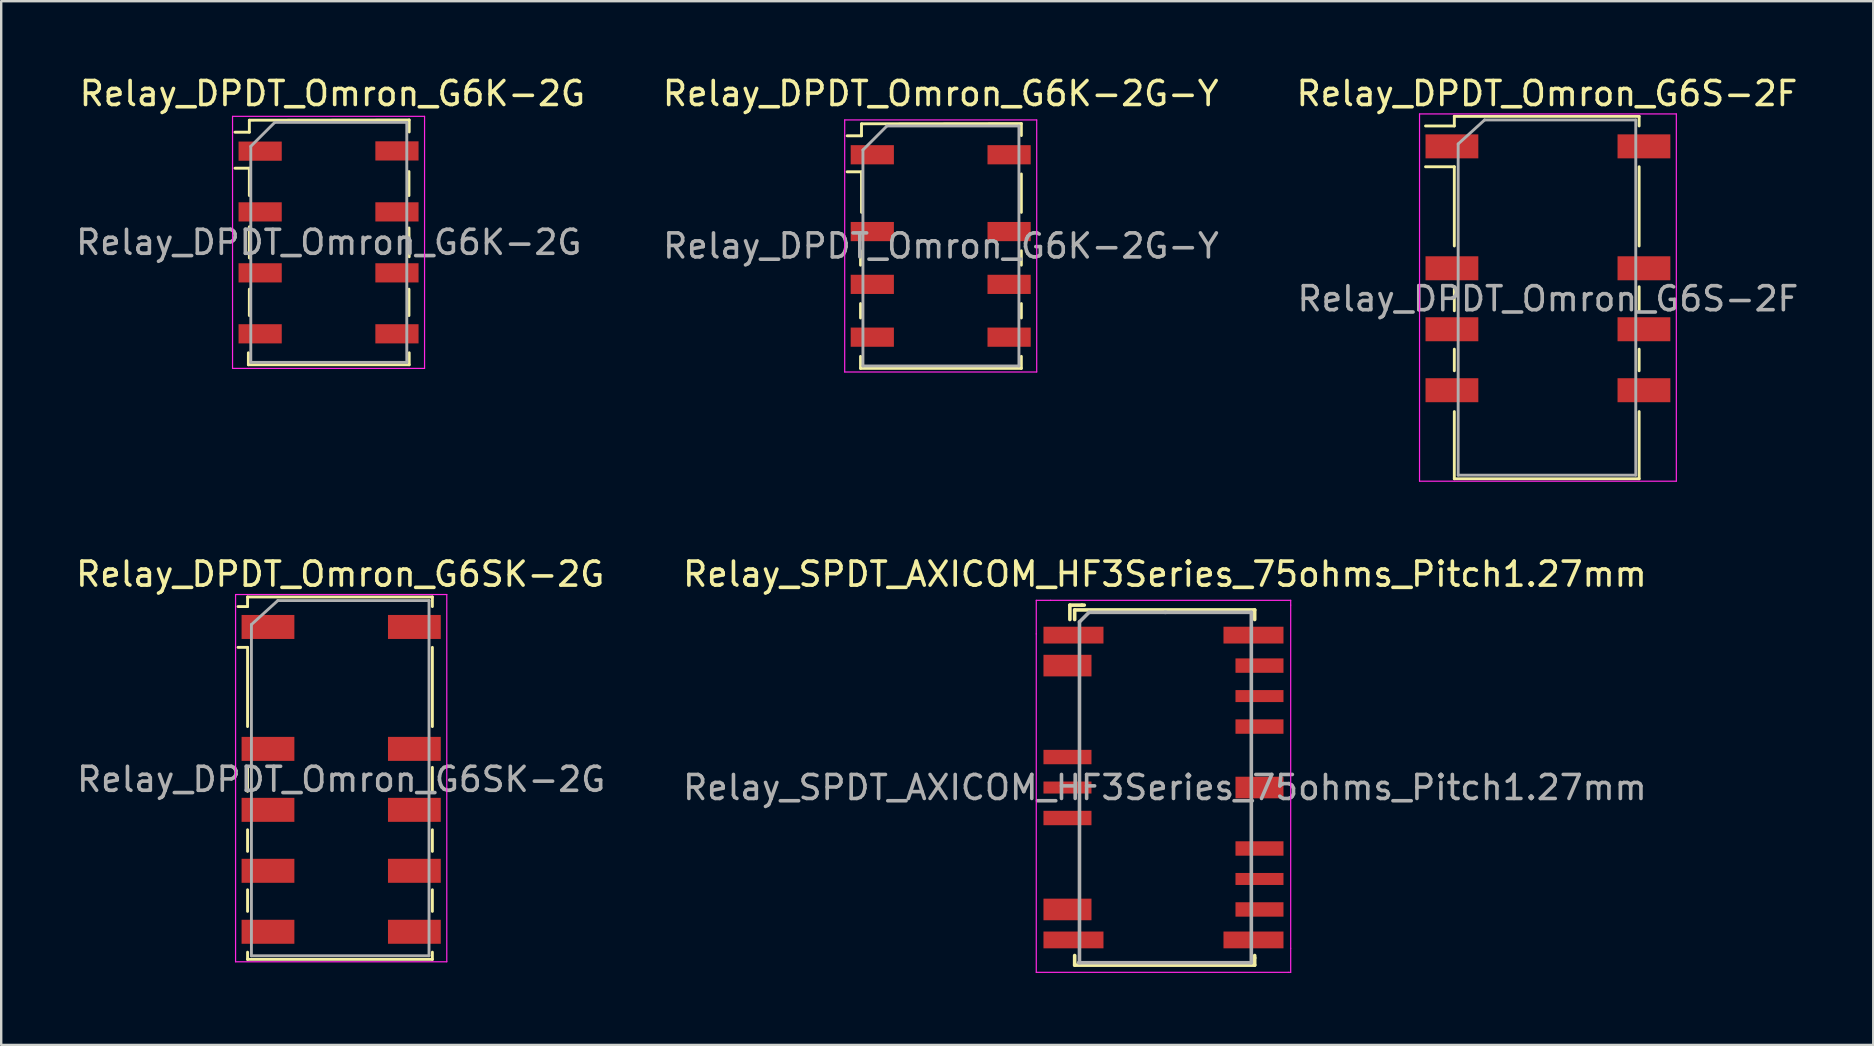
<source format=kicad_pcb>
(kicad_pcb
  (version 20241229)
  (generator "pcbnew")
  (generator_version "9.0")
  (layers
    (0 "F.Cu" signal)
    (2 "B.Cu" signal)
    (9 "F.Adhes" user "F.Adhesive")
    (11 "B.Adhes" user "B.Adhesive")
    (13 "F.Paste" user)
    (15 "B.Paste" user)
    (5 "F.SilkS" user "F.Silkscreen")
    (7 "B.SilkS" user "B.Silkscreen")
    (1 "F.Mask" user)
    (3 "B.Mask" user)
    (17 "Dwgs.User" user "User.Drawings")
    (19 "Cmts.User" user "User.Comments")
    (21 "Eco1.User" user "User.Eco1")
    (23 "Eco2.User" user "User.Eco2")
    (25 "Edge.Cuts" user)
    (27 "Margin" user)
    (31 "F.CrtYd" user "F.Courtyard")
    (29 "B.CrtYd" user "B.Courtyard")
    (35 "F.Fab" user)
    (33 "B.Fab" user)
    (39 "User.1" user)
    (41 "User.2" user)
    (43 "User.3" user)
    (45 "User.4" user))
  (footprint "Relay_DPDT_Omron_G6SK-2G"
    (layer "F.Cu")
    (at 11.165 29.422)
    (property "Reference" "Relay_DPDT_Omron_G6SK-2G" (at -0.04 -8.55 0) (layer "F.SilkS") (effects (font (size 1 1) (thickness 0.15))))
    (attr smd)
    (fp_line (start -4.3 -7.2) (end -3.9 -7.2) (stroke (width 0.12) (type solid)) (layer "F.SilkS"))
    (fp_line (start -3.9 -7.6) (end 3.8 -7.6) (stroke (width 0.12) (type solid)) (layer "F.SilkS"))
    (fp_line (start -3.9 -7.2) (end -3.9 -7.6) (stroke (width 0.12) (type solid)) (layer "F.SilkS"))
    (fp_line (start -3.9 -5.5) (end -4.3 -5.5) (stroke (width 0.12) (type solid)) (layer "F.SilkS"))
    (fp_line (start -3.9 -5.5) (end -3.9 -2.2) (stroke (width 0.12) (type solid)) (layer "F.SilkS"))
    (fp_line (start -3.9 -0.5) (end -3.9 0.5) (stroke (width 0.12) (type solid)) (layer "F.SilkS"))
    (fp_line (start -3.9 2.1) (end -3.9 3) (stroke (width 0.12) (type solid)) (layer "F.SilkS"))
    (fp_line (start -3.9 5.5) (end -3.9 4.6) (stroke (width 0.12) (type solid)) (layer "F.SilkS"))
    (fp_line (start -3.9 7.2) (end -3.9 7.5) (stroke (width 0.12) (type solid)) (layer "F.SilkS"))
    (fp_line (start -3.9 7.5) (end 3.8 7.5) (stroke (width 0.12) (type solid)) (layer "F.SilkS"))
    (fp_line (start 3.8 -7.6) (end 3.8 -7.2) (stroke (width 0.12) (type solid)) (layer "F.SilkS"))
    (fp_line (start 3.8 -5.5) (end 3.8 -2.2) (stroke (width 0.12) (type solid)) (layer "F.SilkS"))
    (fp_line (start 3.8 0.5) (end 3.8 -0.5) (stroke (width 0.12) (type solid)) (layer "F.SilkS"))
    (fp_line (start 3.8 3) (end 3.8 2.1) (stroke (width 0.12) (type solid)) (layer "F.SilkS"))
    (fp_line (start 3.8 4.6) (end 3.8 5.5) (stroke (width 0.12) (type solid)) (layer "F.SilkS"))
    (fp_line (start 3.8 7.5) (end 3.8 7.2) (stroke (width 0.12) (type solid)) (layer "F.SilkS"))
    (fp_line (start -4.4 -7.7) (end -4.4 7.6) (stroke (width 0.05) (type solid)) (layer "F.CrtYd"))
    (fp_line (start -4.4 -7.7) (end 4.4 -7.7) (stroke (width 0.05) (type solid)) (layer "F.CrtYd"))
    (fp_line (start 4.4 7.6) (end -4.4 7.6) (stroke (width 0.05) (type solid)) (layer "F.CrtYd"))
    (fp_line (start 4.4 7.6) (end 4.4 -7.7) (stroke (width 0.05) (type solid)) (layer "F.CrtYd"))
    (fp_line (start -3.74 -6.45) (end -2.64 -7.45) (stroke (width 0.12) (type solid)) (layer "F.Fab"))
    (fp_line (start -3.74 7.35) (end -3.74 -6.45) (stroke (width 0.12) (type solid)) (layer "F.Fab"))
    (fp_line (start -2.64 -7.45) (end 3.66 -7.45) (stroke (width 0.12) (type solid)) (layer "F.Fab"))
    (fp_line (start 3.66 -7.45) (end 3.66 7.35) (stroke (width 0.12) (type solid)) (layer "F.Fab"))
    (fp_line (start 3.66 7.35) (end -3.74 7.35) (stroke (width 0.12) (type solid)) (layer "F.Fab"))
    (fp_text user "${REFERENCE}" (at 0 0 0) (layer "F.Fab") (effects (font (size 1 1) (thickness 0.15))))
    (pad "1" smd rect (at -3.05 -6.35) (size 2.2 1) (layers "F.Cu" "F.Mask" "F.Paste"))
    (pad "3" smd rect (at -3.05 -1.27) (size 2.2 1) (layers "F.Cu" "F.Mask" "F.Paste"))
    (pad "4" smd rect (at -3.05 1.27) (size 2.2 1) (layers "F.Cu" "F.Mask" "F.Paste"))
    (pad "5" smd rect (at -3.05 3.81) (size 2.2 1) (layers "F.Cu" "F.Mask" "F.Paste"))
    (pad "6" smd rect (at -3.05 6.35) (size 2.2 1) (layers "F.Cu" "F.Mask" "F.Paste"))
    (pad "7" smd rect (at 3.05 6.35) (size 2.2 1) (layers "F.Cu" "F.Mask" "F.Paste"))
    (pad "8" smd rect (at 3.05 3.81) (size 2.2 1) (layers "F.Cu" "F.Mask" "F.Paste"))
    (pad "9" smd rect (at 3.05 1.27) (size 2.2 1) (layers "F.Cu" "F.Mask" "F.Paste"))
    (pad "10" smd rect (at 3.05 -1.27) (size 2.2 1) (layers "F.Cu" "F.Mask" "F.Paste"))
    (pad "12" smd rect (at 3.05 -6.35) (size 2.2 1) (layers "F.Cu" "F.Mask" "F.Paste")))
  (footprint "Relay_DPDT_Omron_G6K-2G-Y"
    (layer "F.Cu")
    (at 36.144 7.198)
    (property "Reference" "Relay_DPDT_Omron_G6K-2G-Y" (at 0 -6.35 0) (unlocked yes) (layer "F.SilkS") (effects (font (size 1 1) (thickness 0.15))))
    (attr smd)
    (fp_line (start -3.34 0.8) (end -3.34 0.2) (stroke (width 0.12) (type solid)) (layer "F.SilkS"))
    (fp_line (start -3.34 3) (end -3.34 2.4) (stroke (width 0.12) (type solid)) (layer "F.SilkS"))
    (fp_line (start -3.34 5.1) (end -3.34 4.6) (stroke (width 0.12) (type solid)) (layer "F.SilkS"))
    (fp_line (start -3.3 -5.09) (end -3.3 -4.59) (stroke (width 0.12) (type solid)) (layer "F.SilkS"))
    (fp_line (start -3.3 -5.09) (end 3.36 -5.1) (stroke (width 0.12) (type solid)) (layer "F.SilkS"))
    (fp_line (start -3.3 -4.59) (end -3.9 -4.59) (stroke (width 0.12) (type solid)) (layer "F.SilkS"))
    (fp_line (start -3.3 -3.09) (end -3.9 -3.09) (stroke (width 0.12) (type solid)) (layer "F.SilkS"))
    (fp_line (start -3.3 -1.4) (end -3.3 -3.09) (stroke (width 0.12) (type solid)) (layer "F.SilkS"))
    (fp_line (start 3.36 -5.1) (end 3.36 -4.6) (stroke (width 0.12) (type solid)) (layer "F.SilkS"))
    (fp_line (start 3.36 -3) (end 3.36 -1.4) (stroke (width 0.12) (type solid)) (layer "F.SilkS"))
    (fp_line (start 3.36 0.2) (end 3.36 0.8) (stroke (width 0.12) (type solid)) (layer "F.SilkS"))
    (fp_line (start 3.36 2.4) (end 3.36 3) (stroke (width 0.12) (type solid)) (layer "F.SilkS"))
    (fp_line (start 3.36 4.6) (end 3.36 5.1) (stroke (width 0.12) (type solid)) (layer "F.SilkS"))
    (fp_line (start 3.36 5.1) (end -3.34 5.1) (stroke (width 0.12) (type solid)) (layer "F.SilkS"))
    (fp_line (start -4 -5.25) (end -4 5.25) (stroke (width 0.05) (type solid)) (layer "F.CrtYd"))
    (fp_line (start -4 -5.25) (end 4 -5.25) (stroke (width 0.05) (type solid)) (layer "F.CrtYd"))
    (fp_line (start 4 5.25) (end -4 5.25) (stroke (width 0.05) (type solid)) (layer "F.CrtYd"))
    (fp_line (start 4 5.25) (end 4 -5.25) (stroke (width 0.05) (type solid)) (layer "F.CrtYd"))
    (fp_line (start -3.24 -4) (end -2.24 -5) (stroke (width 0.12) (type solid)) (layer "F.Fab"))
    (fp_line (start -3.24 5) (end -3.24 -4) (stroke (width 0.12) (type solid)) (layer "F.Fab"))
    (fp_line (start -2.24 -5) (end 3.26 -5) (stroke (width 0.12) (type solid)) (layer "F.Fab"))
    (fp_line (start 3.26 -5) (end 3.26 5) (stroke (width 0.12) (type solid)) (layer "F.Fab"))
    (fp_line (start 3.26 5) (end -3.24 5) (stroke (width 0.12) (type solid)) (layer "F.Fab"))
    (fp_text user "${REFERENCE}" (at 0.01 0 0) (layer "F.Fab") (effects (font (size 1 1) (thickness 0.15))))
    (pad "1" smd rect (at -2.85 -3.8) (size 1.8 0.8) (layers "F.Cu" "F.Mask" "F.Paste"))
    (pad "2" smd rect (at -2.85 -0.6) (size 1.8 0.8) (layers "F.Cu" "F.Mask" "F.Paste"))
    (pad "3" smd rect (at -2.85 1.6) (size 1.8 0.8) (layers "F.Cu" "F.Mask" "F.Paste"))
    (pad "4" smd rect (at -2.85 3.8) (size 1.8 0.8) (layers "F.Cu" "F.Mask" "F.Paste"))
    (pad "5" smd rect (at 2.85 3.8) (size 1.8 0.8) (layers "F.Cu" "F.Mask" "F.Paste"))
    (pad "6" smd rect (at 2.85 1.6) (size 1.8 0.8) (layers "F.Cu" "F.Mask" "F.Paste"))
    (pad "7" smd rect (at 2.85 -0.6) (size 1.8 0.8) (layers "F.Cu" "F.Mask" "F.Paste"))
    (pad "8" smd rect (at 2.85 -3.8) (size 1.8 0.8) (layers "F.Cu" "F.Mask" "F.Paste")))
  (footprint "Relay_DPDT_Omron_G6S-2F"
    (layer "F.Cu")
    (at 61.444 9.398)
    (property "Reference" "Relay_DPDT_Omron_G6S-2F" (at -0.04 -8.55 0) (layer "F.SilkS") (effects (font (size 1 1) (thickness 0.15))))
    (attr smd)
    (fp_line (start -5.1 -7.2) (end -3.9 -7.2) (stroke (width 0.12) (type solid)) (layer "F.SilkS"))
    (fp_line (start -3.9 -7.6) (end 3.8 -7.6) (stroke (width 0.12) (type solid)) (layer "F.SilkS"))
    (fp_line (start -3.9 -7.2) (end -3.9 -7.6) (stroke (width 0.12) (type solid)) (layer "F.SilkS"))
    (fp_line (start -3.9 -5.5) (end -5.1 -5.5) (stroke (width 0.12) (type solid)) (layer "F.SilkS"))
    (fp_line (start -3.9 -5.5) (end -3.9 -2.2) (stroke (width 0.12) (type solid)) (layer "F.SilkS"))
    (fp_line (start -3.9 -0.5) (end -3.9 0.5) (stroke (width 0.12) (type solid)) (layer "F.SilkS"))
    (fp_line (start -3.9 2.1) (end -3.9 3) (stroke (width 0.12) (type solid)) (layer "F.SilkS"))
    (fp_line (start -3.9 4.7) (end -3.9 7.5) (stroke (width 0.12) (type solid)) (layer "F.SilkS"))
    (fp_line (start -3.9 7.5) (end 3.8 7.5) (stroke (width 0.12) (type solid)) (layer "F.SilkS"))
    (fp_line (start 3.8 -7.6) (end 3.8 -7.2) (stroke (width 0.12) (type solid)) (layer "F.SilkS"))
    (fp_line (start 3.8 -5.5) (end 3.8 -2.2) (stroke (width 0.12) (type solid)) (layer "F.SilkS"))
    (fp_line (start 3.8 0.5) (end 3.8 -0.5) (stroke (width 0.12) (type solid)) (layer "F.SilkS"))
    (fp_line (start 3.8 3) (end 3.8 2.1) (stroke (width 0.12) (type solid)) (layer "F.SilkS"))
    (fp_line (start 3.8 7.5) (end 3.8 4.7) (stroke (width 0.12) (type solid)) (layer "F.SilkS"))
    (fp_line (start -5.35 -7.7) (end -5.35 7.6) (stroke (width 0.05) (type solid)) (layer "F.CrtYd"))
    (fp_line (start -5.35 -7.7) (end 5.35 -7.7) (stroke (width 0.05) (type solid)) (layer "F.CrtYd"))
    (fp_line (start 5.35 7.6) (end -5.35 7.6) (stroke (width 0.05) (type solid)) (layer "F.CrtYd"))
    (fp_line (start 5.35 7.6) (end 5.35 -7.7) (stroke (width 0.05) (type solid)) (layer "F.CrtYd"))
    (fp_line (start -3.74 -6.45) (end -2.64 -7.45) (stroke (width 0.12) (type solid)) (layer "F.Fab"))
    (fp_line (start -3.74 7.35) (end -3.74 -6.45) (stroke (width 0.12) (type solid)) (layer "F.Fab"))
    (fp_line (start -2.64 -7.45) (end 3.66 -7.45) (stroke (width 0.12) (type solid)) (layer "F.Fab"))
    (fp_line (start 3.66 -7.45) (end 3.66 7.35) (stroke (width 0.12) (type solid)) (layer "F.Fab"))
    (fp_line (start 3.66 7.35) (end -3.74 7.35) (stroke (width 0.12) (type solid)) (layer "F.Fab"))
    (fp_text user "${REFERENCE}" (at 0 0 0) (layer "F.Fab") (effects (font (size 1 1) (thickness 0.15))))
    (pad "1" smd rect (at -4 -6.35) (size 2.2 1) (layers "F.Cu" "F.Mask" "F.Paste"))
    (pad "3" smd rect (at -4 -1.27) (size 2.2 1) (layers "F.Cu" "F.Mask" "F.Paste"))
    (pad "4" smd rect (at -4 1.27) (size 2.2 1) (layers "F.Cu" "F.Mask" "F.Paste"))
    (pad "5" smd rect (at -4 3.81) (size 2.2 1) (layers "F.Cu" "F.Mask" "F.Paste"))
    (pad "8" smd rect (at 4 3.81) (size 2.2 1) (layers "F.Cu" "F.Mask" "F.Paste"))
    (pad "9" smd rect (at 4 1.27) (size 2.2 1) (layers "F.Cu" "F.Mask" "F.Paste"))
    (pad "10" smd rect (at 4 -1.27) (size 2.2 1) (layers "F.Cu" "F.Mask" "F.Paste"))
    (pad "12" smd rect (at 4 -6.35) (size 2.2 1) (layers "F.Cu" "F.Mask" "F.Paste")))
  (footprint "Relay_SPDT_AXICOM_HF3Series_75ohms_Pitch1.27mm"
    (layer "F.Cu")
    (at 45.426 29.762)
    (property "Reference" "Relay_SPDT_AXICOM_HF3Series_75ohms_Pitch1.27mm" (at 0.06 -8.89 0) (layer "F.SilkS") (effects (font (size 1 1) (thickness 0.15))))
    (attr smd)
    (fp_line (start -3.9 -7.6) (end -3.4 -7.6) (stroke (width 0.15) (type solid)) (layer "F.SilkS"))
    (fp_line (start -3.9 -7) (end -3.9 -7.6) (stroke (width 0.15) (type solid)) (layer "F.SilkS"))
    (fp_line (start -3.7 -7.4) (end -3.7 -7) (stroke (width 0.15) (type solid)) (layer "F.SilkS"))
    (fp_line (start -3.7 7.4) (end -3.7 7) (stroke (width 0.15) (type solid)) (layer "F.SilkS"))
    (fp_line (start -3.4 -7.6) (end -3.3 -7.6) (stroke (width 0.15) (type solid)) (layer "F.SilkS"))
    (fp_line (start 3.8 -7.4) (end -3.7 -7.4) (stroke (width 0.15) (type solid)) (layer "F.SilkS"))
    (fp_line (start 3.8 -7) (end 3.8 -7.4) (stroke (width 0.15) (type solid)) (layer "F.SilkS"))
    (fp_line (start 3.8 7.1) (end 3.8 7) (stroke (width 0.15) (type solid)) (layer "F.SilkS"))
    (fp_line (start 3.8 7.1) (end 3.8 7.4) (stroke (width 0.15) (type solid)) (layer "F.SilkS"))
    (fp_line (start 3.8 7.4) (end -3.7 7.4) (stroke (width 0.15) (type solid)) (layer "F.SilkS"))
    (fp_line (start -5.3 -7.8) (end -5.3 -6.4) (stroke (width 0.05) (type solid)) (layer "F.CrtYd"))
    (fp_line (start -5.3 -6.4) (end -5.3 7.7) (stroke (width 0.05) (type solid)) (layer "F.CrtYd"))
    (fp_line (start -5.3 7.7) (end 5.2 7.7) (stroke (width 0.05) (type solid)) (layer "F.CrtYd"))
    (fp_line (start -4.7 -7.8) (end -5.3 -7.8) (stroke (width 0.05) (type solid)) (layer "F.CrtYd"))
    (fp_line (start 5.2 7.7) (end 5.3 7.7) (stroke (width 0.05) (type solid)) (layer "F.CrtYd"))
    (fp_line (start 5.3 -7.8) (end -4.7 -7.8) (stroke (width 0.05) (type solid)) (layer "F.CrtYd"))
    (fp_line (start 5.3 -7.6) (end 5.3 -7.8) (stroke (width 0.05) (type solid)) (layer "F.CrtYd"))
    (fp_line (start 5.3 6.7) (end 5.3 -7.6) (stroke (width 0.05) (type solid)) (layer "F.CrtYd"))
    (fp_line (start 5.3 7.7) (end 5.3 6.7) (stroke (width 0.05) (type solid)) (layer "F.CrtYd"))
    (fp_line (start -3.5 -6.9) (end -3.1 -7.3) (stroke (width 0.15) (type solid)) (layer "F.Fab"))
    (fp_line (start -3.5 7.3) (end -3.5 -6.9) (stroke (width 0.15) (type solid)) (layer "F.Fab"))
    (fp_line (start -3.1 -7.3) (end 0.1 -7.3) (stroke (width 0.15) (type solid)) (layer "F.Fab"))
    (fp_line (start 0.06 -7.3) (end 3.66 -7.3) (stroke (width 0.15) (type solid)) (layer "F.Fab"))
    (fp_line (start 3.66 -7.3) (end 3.66 7.3) (stroke (width 0.15) (type solid)) (layer "F.Fab"))
    (fp_line (start 3.66 7.3) (end -3.54 7.3) (stroke (width 0.15) (type solid)) (layer "F.Fab"))
    (fp_text user "${REFERENCE}" (at 0.06 0 0) (layer "F.Fab") (effects (font (size 1 1) (thickness 0.15))))
    (pad "1" smd rect (at -3.75 -6.35) (size 2.5 0.7) (layers "F.Cu" "F.Mask" "F.Paste"))
    (pad "2" smd rect (at -4 -5.08) (size 2 0.9) (layers "F.Cu" "F.Mask" "F.Paste"))
    (pad "5" smd rect (at -4 -1.27) (size 2 0.6) (layers "F.Cu" "F.Mask" "F.Paste"))
    (pad "6" smd rect (at -4 0) (size 2 0.5) (layers "F.Cu" "F.Mask" "F.Paste"))
    (pad "7" smd rect (at -4 1.27) (size 2 0.6) (layers "F.Cu" "F.Mask" "F.Paste"))
    (pad "10" smd rect (at -4 5.08) (size 2 0.9) (layers "F.Cu" "F.Mask" "F.Paste"))
    (pad "11" smd rect (at -3.75 6.35) (size 2.5 0.7) (layers "F.Cu" "F.Mask" "F.Paste"))
    (pad "12" smd rect (at 3.75 6.35) (size 2.5 0.7) (layers "F.Cu" "F.Mask" "F.Paste"))
    (pad "13" smd rect (at 4 5.08) (size 2 0.6) (layers "F.Cu" "F.Mask" "F.Paste"))
    (pad "14" smd rect (at 4 3.81) (size 2 0.5) (layers "F.Cu" "F.Mask" "F.Paste"))
    (pad "15" smd rect (at 4 2.54) (size 2 0.6) (layers "F.Cu" "F.Mask" "F.Paste"))
    (pad "17" smd rect (at 4 0) (size 2 0.9) (layers "F.Cu" "F.Mask" "F.Paste"))
    (pad "19" smd rect (at 4 -2.54) (size 2 0.6) (layers "F.Cu" "F.Mask" "F.Paste"))
    (pad "20" smd rect (at 4 -3.81) (size 2 0.5) (layers "F.Cu" "F.Mask" "F.Paste"))
    (pad "21" smd rect (at 4 -5.08) (size 2 0.6) (layers "F.Cu" "F.Mask" "F.Paste"))
    (pad "22" smd rect (at 3.75 -6.35) (size 2.5 0.7) (layers "F.Cu" "F.Mask" "F.Paste")))
  (footprint "Relay_DPDT_Omron_G6K-2G"
    (layer "F.Cu")
    (at 10.639 7.048)
    (property "Reference" "Relay_DPDT_Omron_G6K-2G" (at 0.16 -6.2 0) (layer "F.SilkS") (effects (font (size 1 1) (thickness 0.15))))
    (attr smd)
    (fp_line (start -3.34 5.1) (end -3.34 4.6) (stroke (width 0.12) (type solid)) (layer "F.SilkS"))
    (fp_line (start -3.3 -5.09) (end -3.3 -4.59) (stroke (width 0.12) (type solid)) (layer "F.SilkS"))
    (fp_line (start -3.3 -5.09) (end 3.36 -5.1) (stroke (width 0.12) (type solid)) (layer "F.SilkS"))
    (fp_line (start -3.3 -4.59) (end -3.9 -4.59) (stroke (width 0.12) (type solid)) (layer "F.SilkS"))
    (fp_line (start -3.3 -3.09) (end -3.9 -3.09) (stroke (width 0.12) (type solid)) (layer "F.SilkS"))
    (fp_line (start -3.3 -1.95) (end -3.3 -3.09) (stroke (width 0.12) (type solid)) (layer "F.SilkS"))
    (fp_line (start -3.3 0.65) (end -3.3 -0.65) (stroke (width 0.12) (type solid)) (layer "F.SilkS"))
    (fp_line (start -3.3 3.05) (end -3.3 1.95) (stroke (width 0.12) (type solid)) (layer "F.SilkS"))
    (fp_line (start 3.35 -2.95) (end 3.35 -1.95) (stroke (width 0.12) (type solid)) (layer "F.SilkS"))
    (fp_line (start 3.35 -0.6) (end 3.36 0.6) (stroke (width 0.12) (type solid)) (layer "F.SilkS"))
    (fp_line (start 3.35 1.95) (end 3.35 3.05) (stroke (width 0.12) (type solid)) (layer "F.SilkS"))
    (fp_line (start 3.36 -5.1) (end 3.36 -4.6) (stroke (width 0.12) (type solid)) (layer "F.SilkS"))
    (fp_line (start 3.36 4.6) (end 3.36 5.1) (stroke (width 0.12) (type solid)) (layer "F.SilkS"))
    (fp_line (start 3.36 5.1) (end -3.34 5.1) (stroke (width 0.12) (type solid)) (layer "F.SilkS"))
    (fp_line (start -4 -5.25) (end -4 5.25) (stroke (width 0.05) (type solid)) (layer "F.CrtYd"))
    (fp_line (start -4 -5.25) (end 4 -5.25) (stroke (width 0.05) (type solid)) (layer "F.CrtYd"))
    (fp_line (start 4 5.25) (end -4 5.25) (stroke (width 0.05) (type solid)) (layer "F.CrtYd"))
    (fp_line (start 4 5.25) (end 4 -5.25) (stroke (width 0.05) (type solid)) (layer "F.CrtYd"))
    (fp_line (start -3.24 -4) (end -2.24 -5) (stroke (width 0.12) (type solid)) (layer "F.Fab"))
    (fp_line (start -3.24 5) (end -3.24 -4) (stroke (width 0.12) (type solid)) (layer "F.Fab"))
    (fp_line (start -2.24 -5) (end 3.26 -5) (stroke (width 0.12) (type solid)) (layer "F.Fab"))
    (fp_line (start 3.26 -5) (end 3.26 5) (stroke (width 0.12) (type solid)) (layer "F.Fab"))
    (fp_line (start 3.26 5) (end -3.24 5) (stroke (width 0.12) (type solid)) (layer "F.Fab"))
    (fp_text user "${REFERENCE}" (at 0.01 0 0) (layer "F.Fab") (effects (font (size 1 1) (thickness 0.15))))
    (pad "1" smd rect (at -2.85 -3.8) (size 1.8 0.8) (layers "F.Cu" "F.Mask" "F.Paste"))
    (pad "2" smd rect (at -2.85 -1.27) (size 1.8 0.8) (layers "F.Cu" "F.Mask" "F.Paste"))
    (pad "3" smd rect (at -2.85 1.27) (size 1.8 0.8) (layers "F.Cu" "F.Mask" "F.Paste"))
    (pad "4" smd rect (at -2.85 3.81) (size 1.8 0.8) (layers "F.Cu" "F.Mask" "F.Paste"))
    (pad "5" smd rect (at 2.85 3.81) (size 1.8 0.8) (layers "F.Cu" "F.Mask" "F.Paste"))
    (pad "6" smd rect (at 2.85 1.27) (size 1.8 0.8) (layers "F.Cu" "F.Mask" "F.Paste"))
    (pad "7" smd rect (at 2.85 -1.27) (size 1.8 0.8) (layers "F.Cu" "F.Mask" "F.Paste"))
    (pad "8" smd rect (at 2.85 -3.81) (size 1.8 0.8) (layers "F.Cu" "F.Mask" "F.Paste")))
  (gr_rect
    (start -3 -3)
    (end 74.998 40.486)
    (stroke (width 0.1) (type default))
    (fill no)
    (layer "Edge.Cuts")))
</source>
